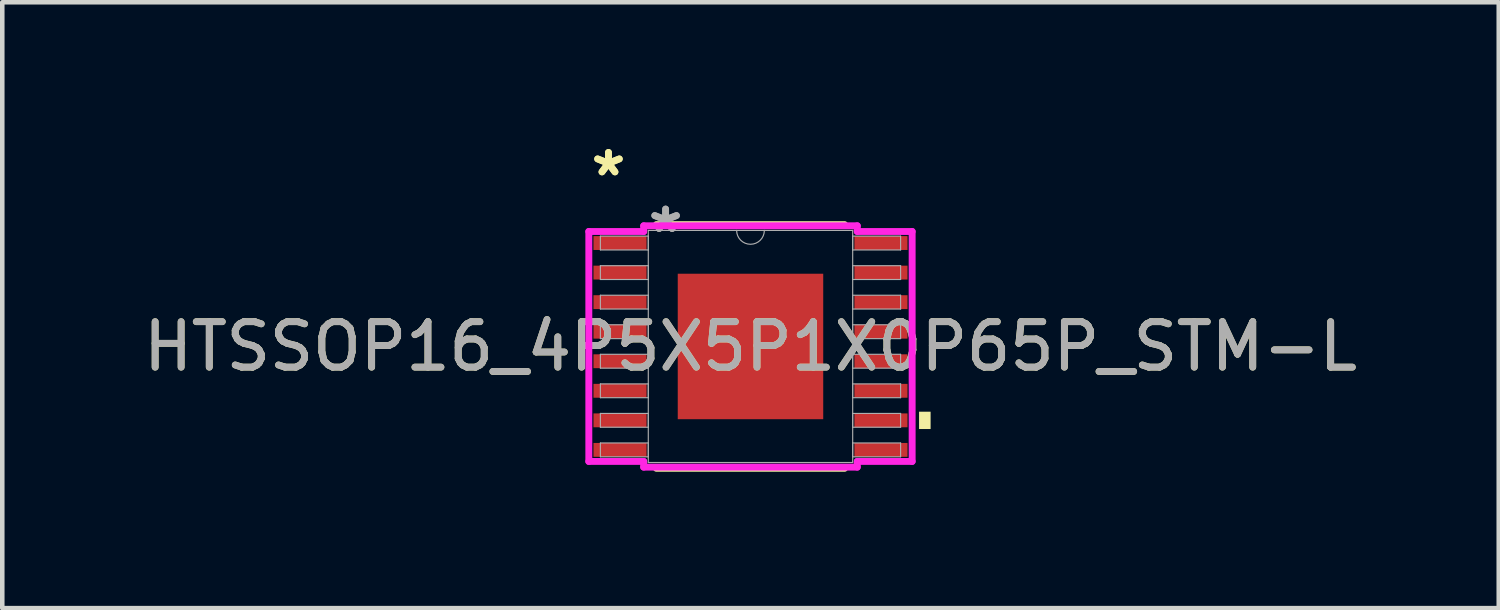
<source format=kicad_pcb>
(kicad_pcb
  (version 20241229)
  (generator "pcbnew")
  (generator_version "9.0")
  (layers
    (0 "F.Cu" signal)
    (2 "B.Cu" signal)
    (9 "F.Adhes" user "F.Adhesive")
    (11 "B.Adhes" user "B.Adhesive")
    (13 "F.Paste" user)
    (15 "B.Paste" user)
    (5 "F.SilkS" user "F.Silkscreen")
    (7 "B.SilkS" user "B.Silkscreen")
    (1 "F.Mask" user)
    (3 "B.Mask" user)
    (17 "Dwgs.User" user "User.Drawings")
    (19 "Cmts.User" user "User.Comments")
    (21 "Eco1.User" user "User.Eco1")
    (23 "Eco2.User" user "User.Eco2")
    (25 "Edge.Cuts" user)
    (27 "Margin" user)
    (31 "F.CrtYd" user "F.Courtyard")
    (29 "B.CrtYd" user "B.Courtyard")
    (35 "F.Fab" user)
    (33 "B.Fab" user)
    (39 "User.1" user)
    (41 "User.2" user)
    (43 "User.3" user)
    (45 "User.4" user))
  (footprint "HTSSOP16_4P5X5P1X0P65P_STM-L"
    (layer "F.Cu")
    (at 13.458 4.571)
    (property "Reference" "HTSSOP16_4P5X5P1X0P65P_STM-L" (at 0 0 0) (unlocked yes) (layer "F.SilkS") (effects (font (size 1 1) (thickness 0.15))))
    (attr smd)
    (fp_line (start -2.069 2.68) (end 2.069 2.68) (stroke (width 0.152) (type solid)) (layer "F.SilkS"))
    (fp_line (start 2.069 -2.68) (end -2.069 -2.68) (stroke (width 0.152) (type solid)) (layer "F.SilkS"))
    (fp_poly (pts (xy 3.962 1.435) (xy 3.962 1.816) (xy 3.708 1.816) (xy 3.708 1.435)) (stroke (width 0) (type solid)) (fill yes) (layer "F.SilkS"))
    (fp_poly (pts (xy -1.5 -1.5) (xy -1.5 -0.1) (xy -0.1 -0.1) (xy -0.1 -1.5)) (stroke (width 0) (type solid)) (fill yes) (layer "F.Paste"))
    (fp_poly (pts (xy -1.5 0.1) (xy -1.5 1.5) (xy -0.1 1.5) (xy -0.1 0.1)) (stroke (width 0) (type solid)) (fill yes) (layer "F.Paste"))
    (fp_poly (pts (xy 0.1 -1.5) (xy 0.1 -0.1) (xy 1.5 -0.1) (xy 1.5 -1.5)) (stroke (width 0) (type solid)) (fill yes) (layer "F.Paste"))
    (fp_poly (pts (xy 0.1 0.1) (xy 0.1 1.5) (xy 1.5 1.5) (xy 1.5 0.1)) (stroke (width 0) (type solid)) (fill yes) (layer "F.Paste"))
    (fp_line (start -3.556 -2.529) (end -2.349 -2.529) (stroke (width 0.152) (type solid)) (layer "F.CrtYd"))
    (fp_line (start -3.556 2.529) (end -3.556 -2.529) (stroke (width 0.152) (type solid)) (layer "F.CrtYd"))
    (fp_line (start -3.556 2.529) (end -2.349 2.529) (stroke (width 0.152) (type solid)) (layer "F.CrtYd"))
    (fp_line (start -2.349 -2.654) (end 2.349 -2.654) (stroke (width 0.152) (type solid)) (layer "F.CrtYd"))
    (fp_line (start -2.349 -2.529) (end -2.349 -2.654) (stroke (width 0.152) (type solid)) (layer "F.CrtYd"))
    (fp_line (start -2.349 2.654) (end -2.349 2.529) (stroke (width 0.152) (type solid)) (layer "F.CrtYd"))
    (fp_line (start 2.349 -2.654) (end 2.349 -2.529) (stroke (width 0.152) (type solid)) (layer "F.CrtYd"))
    (fp_line (start 2.349 2.529) (end 2.349 2.654) (stroke (width 0.152) (type solid)) (layer "F.CrtYd"))
    (fp_line (start 2.349 2.654) (end -2.349 2.654) (stroke (width 0.152) (type solid)) (layer "F.CrtYd"))
    (fp_line (start 3.556 -2.529) (end 2.349 -2.529) (stroke (width 0.152) (type solid)) (layer "F.CrtYd"))
    (fp_line (start 3.556 -2.529) (end 3.556 2.529) (stroke (width 0.152) (type solid)) (layer "F.CrtYd"))
    (fp_line (start 3.556 2.529) (end 2.349 2.529) (stroke (width 0.152) (type solid)) (layer "F.CrtYd"))
    (fp_line (start -3.302 -2.427) (end -3.302 -2.123) (stroke (width 0.025) (type solid)) (layer "F.Fab"))
    (fp_line (start -3.302 -2.123) (end -2.248 -2.123) (stroke (width 0.025) (type solid)) (layer "F.Fab"))
    (fp_line (start -3.302 -1.777) (end -3.302 -1.473) (stroke (width 0.025) (type solid)) (layer "F.Fab"))
    (fp_line (start -3.302 -1.473) (end -2.248 -1.473) (stroke (width 0.025) (type solid)) (layer "F.Fab"))
    (fp_line (start -3.302 -1.127) (end -3.302 -0.823) (stroke (width 0.025) (type solid)) (layer "F.Fab"))
    (fp_line (start -3.302 -0.823) (end -2.248 -0.823) (stroke (width 0.025) (type solid)) (layer "F.Fab"))
    (fp_line (start -3.302 -0.477) (end -3.302 -0.173) (stroke (width 0.025) (type solid)) (layer "F.Fab"))
    (fp_line (start -3.302 -0.173) (end -2.248 -0.173) (stroke (width 0.025) (type solid)) (layer "F.Fab"))
    (fp_line (start -3.302 0.173) (end -3.302 0.477) (stroke (width 0.025) (type solid)) (layer "F.Fab"))
    (fp_line (start -3.302 0.477) (end -2.248 0.477) (stroke (width 0.025) (type solid)) (layer "F.Fab"))
    (fp_line (start -3.302 0.823) (end -3.302 1.127) (stroke (width 0.025) (type solid)) (layer "F.Fab"))
    (fp_line (start -3.302 1.127) (end -2.248 1.127) (stroke (width 0.025) (type solid)) (layer "F.Fab"))
    (fp_line (start -3.302 1.473) (end -3.302 1.777) (stroke (width 0.025) (type solid)) (layer "F.Fab"))
    (fp_line (start -3.302 1.777) (end -2.248 1.777) (stroke (width 0.025) (type solid)) (layer "F.Fab"))
    (fp_line (start -3.302 2.123) (end -3.302 2.427) (stroke (width 0.025) (type solid)) (layer "F.Fab"))
    (fp_line (start -3.302 2.427) (end -2.248 2.427) (stroke (width 0.025) (type solid)) (layer "F.Fab"))
    (fp_line (start -2.248 -2.553) (end -2.248 2.553) (stroke (width 0.025) (type solid)) (layer "F.Fab"))
    (fp_line (start -2.248 -2.427) (end -3.302 -2.427) (stroke (width 0.025) (type solid)) (layer "F.Fab"))
    (fp_line (start -2.248 -2.123) (end -2.248 -2.427) (stroke (width 0.025) (type solid)) (layer "F.Fab"))
    (fp_line (start -2.248 -1.777) (end -3.302 -1.777) (stroke (width 0.025) (type solid)) (layer "F.Fab"))
    (fp_line (start -2.248 -1.473) (end -2.248 -1.777) (stroke (width 0.025) (type solid)) (layer "F.Fab"))
    (fp_line (start -2.248 -1.127) (end -3.302 -1.127) (stroke (width 0.025) (type solid)) (layer "F.Fab"))
    (fp_line (start -2.248 -0.823) (end -2.248 -1.127) (stroke (width 0.025) (type solid)) (layer "F.Fab"))
    (fp_line (start -2.248 -0.477) (end -3.302 -0.477) (stroke (width 0.025) (type solid)) (layer "F.Fab"))
    (fp_line (start -2.248 -0.173) (end -2.248 -0.477) (stroke (width 0.025) (type solid)) (layer "F.Fab"))
    (fp_line (start -2.248 0.173) (end -3.302 0.173) (stroke (width 0.025) (type solid)) (layer "F.Fab"))
    (fp_line (start -2.248 0.477) (end -2.248 0.173) (stroke (width 0.025) (type solid)) (layer "F.Fab"))
    (fp_line (start -2.248 0.823) (end -3.302 0.823) (stroke (width 0.025) (type solid)) (layer "F.Fab"))
    (fp_line (start -2.248 1.127) (end -2.248 0.823) (stroke (width 0.025) (type solid)) (layer "F.Fab"))
    (fp_line (start -2.248 1.473) (end -3.302 1.473) (stroke (width 0.025) (type solid)) (layer "F.Fab"))
    (fp_line (start -2.248 1.777) (end -2.248 1.473) (stroke (width 0.025) (type solid)) (layer "F.Fab"))
    (fp_line (start -2.248 2.123) (end -3.302 2.123) (stroke (width 0.025) (type solid)) (layer "F.Fab"))
    (fp_line (start -2.248 2.427) (end -2.248 2.123) (stroke (width 0.025) (type solid)) (layer "F.Fab"))
    (fp_line (start -2.248 2.553) (end 2.248 2.553) (stroke (width 0.025) (type solid)) (layer "F.Fab"))
    (fp_line (start 2.248 -2.553) (end -2.248 -2.553) (stroke (width 0.025) (type solid)) (layer "F.Fab"))
    (fp_line (start 2.248 -2.427) (end 2.248 -2.123) (stroke (width 0.025) (type solid)) (layer "F.Fab"))
    (fp_line (start 2.248 -2.123) (end 3.302 -2.123) (stroke (width 0.025) (type solid)) (layer "F.Fab"))
    (fp_line (start 2.248 -1.777) (end 2.248 -1.473) (stroke (width 0.025) (type solid)) (layer "F.Fab"))
    (fp_line (start 2.248 -1.473) (end 3.302 -1.473) (stroke (width 0.025) (type solid)) (layer "F.Fab"))
    (fp_line (start 2.248 -1.127) (end 2.248 -0.823) (stroke (width 0.025) (type solid)) (layer "F.Fab"))
    (fp_line (start 2.248 -0.823) (end 3.302 -0.823) (stroke (width 0.025) (type solid)) (layer "F.Fab"))
    (fp_line (start 2.248 -0.477) (end 2.248 -0.173) (stroke (width 0.025) (type solid)) (layer "F.Fab"))
    (fp_line (start 2.248 -0.173) (end 3.302 -0.173) (stroke (width 0.025) (type solid)) (layer "F.Fab"))
    (fp_line (start 2.248 0.173) (end 2.248 0.477) (stroke (width 0.025) (type solid)) (layer "F.Fab"))
    (fp_line (start 2.248 0.477) (end 3.302 0.477) (stroke (width 0.025) (type solid)) (layer "F.Fab"))
    (fp_line (start 2.248 0.823) (end 2.248 1.127) (stroke (width 0.025) (type solid)) (layer "F.Fab"))
    (fp_line (start 2.248 1.127) (end 3.302 1.127) (stroke (width 0.025) (type solid)) (layer "F.Fab"))
    (fp_line (start 2.248 1.473) (end 2.248 1.777) (stroke (width 0.025) (type solid)) (layer "F.Fab"))
    (fp_line (start 2.248 1.777) (end 3.302 1.777) (stroke (width 0.025) (type solid)) (layer "F.Fab"))
    (fp_line (start 2.248 2.123) (end 2.248 2.427) (stroke (width 0.025) (type solid)) (layer "F.Fab"))
    (fp_line (start 2.248 2.427) (end 3.302 2.427) (stroke (width 0.025) (type solid)) (layer "F.Fab"))
    (fp_line (start 2.248 2.553) (end 2.248 -2.553) (stroke (width 0.025) (type solid)) (layer "F.Fab"))
    (fp_line (start 3.302 -2.427) (end 2.248 -2.427) (stroke (width 0.025) (type solid)) (layer "F.Fab"))
    (fp_line (start 3.302 -2.123) (end 3.302 -2.427) (stroke (width 0.025) (type solid)) (layer "F.Fab"))
    (fp_line (start 3.302 -1.777) (end 2.248 -1.777) (stroke (width 0.025) (type solid)) (layer "F.Fab"))
    (fp_line (start 3.302 -1.473) (end 3.302 -1.777) (stroke (width 0.025) (type solid)) (layer "F.Fab"))
    (fp_line (start 3.302 -1.127) (end 2.248 -1.127) (stroke (width 0.025) (type solid)) (layer "F.Fab"))
    (fp_line (start 3.302 -0.823) (end 3.302 -1.127) (stroke (width 0.025) (type solid)) (layer "F.Fab"))
    (fp_line (start 3.302 -0.477) (end 2.248 -0.477) (stroke (width 0.025) (type solid)) (layer "F.Fab"))
    (fp_line (start 3.302 -0.173) (end 3.302 -0.477) (stroke (width 0.025) (type solid)) (layer "F.Fab"))
    (fp_line (start 3.302 0.173) (end 2.248 0.173) (stroke (width 0.025) (type solid)) (layer "F.Fab"))
    (fp_line (start 3.302 0.477) (end 3.302 0.173) (stroke (width 0.025) (type solid)) (layer "F.Fab"))
    (fp_line (start 3.302 0.823) (end 2.248 0.823) (stroke (width 0.025) (type solid)) (layer "F.Fab"))
    (fp_line (start 3.302 1.127) (end 3.302 0.823) (stroke (width 0.025) (type solid)) (layer "F.Fab"))
    (fp_line (start 3.302 1.473) (end 2.248 1.473) (stroke (width 0.025) (type solid)) (layer "F.Fab"))
    (fp_line (start 3.302 1.777) (end 3.302 1.473) (stroke (width 0.025) (type solid)) (layer "F.Fab"))
    (fp_line (start 3.302 2.123) (end 2.248 2.123) (stroke (width 0.025) (type solid)) (layer "F.Fab"))
    (fp_line (start 3.302 2.427) (end 3.302 2.123) (stroke (width 0.025) (type solid)) (layer "F.Fab"))
    (fp_arc (start 0.3048 -2.5527) (mid 0 -2.2479) (end -0.3048 -2.5527) (stroke (width 0.0254) (type solid)) (layer "F.Fab"))
    (fp_text user "*" (at -3.124 -3.723 0) (layer "F.SilkS") (effects (font (size 1 1) (thickness 0.15))))
    (fp_text user "*" (at -3.124 -3.723 0) (unlocked yes) (layer "F.SilkS") (effects (font (size 1 1) (thickness 0.15))))
    (fp_text user "*" (at -1.867 -2.477 0) (unlocked yes) (layer "F.Fab") (effects (font (size 1 1) (thickness 0.15))))
    (fp_text user "${REFERENCE}" (at 0 0 0) (unlocked yes) (layer "F.Fab") (effects (font (size 1 1) (thickness 0.15))))
    (fp_text user "*" (at -1.867 -2.477 0) (layer "F.Fab") (effects (font (size 1 1) (thickness 0.15))))
    (pad "1" smd rect (at -2.87 -2.275) (size 1.168 0.305) (layers "F.Cu" "F.Mask" "F.Paste"))
    (pad "2" smd rect (at -2.87 -1.625) (size 1.168 0.305) (layers "F.Cu" "F.Mask" "F.Paste"))
    (pad "3" smd rect (at -2.87 -0.975) (size 1.168 0.305) (layers "F.Cu" "F.Mask" "F.Paste"))
    (pad "4" smd rect (at -2.87 -0.325) (size 1.168 0.305) (layers "F.Cu" "F.Mask" "F.Paste"))
    (pad "5" smd rect (at -2.87 0.325) (size 1.168 0.305) (layers "F.Cu" "F.Mask" "F.Paste"))
    (pad "6" smd rect (at -2.87 0.975) (size 1.168 0.305) (layers "F.Cu" "F.Mask" "F.Paste"))
    (pad "7" smd rect (at -2.87 1.625) (size 1.168 0.305) (layers "F.Cu" "F.Mask" "F.Paste"))
    (pad "8" smd rect (at -2.87 2.275) (size 1.168 0.305) (layers "F.Cu" "F.Mask" "F.Paste"))
    (pad "9" smd rect (at 2.87 2.275) (size 1.168 0.305) (layers "F.Cu" "F.Mask" "F.Paste"))
    (pad "10" smd rect (at 2.87 1.625) (size 1.168 0.305) (layers "F.Cu" "F.Mask" "F.Paste"))
    (pad "11" smd rect (at 2.87 0.975) (size 1.168 0.305) (layers "F.Cu" "F.Mask" "F.Paste"))
    (pad "12" smd rect (at 2.87 0.325) (size 1.168 0.305) (layers "F.Cu" "F.Mask" "F.Paste"))
    (pad "13" smd rect (at 2.87 -0.325) (size 1.168 0.305) (layers "F.Cu" "F.Mask" "F.Paste"))
    (pad "14" smd rect (at 2.87 -0.975) (size 1.168 0.305) (layers "F.Cu" "F.Mask" "F.Paste"))
    (pad "15" smd rect (at 2.87 -1.625) (size 1.168 0.305) (layers "F.Cu" "F.Mask" "F.Paste"))
    (pad "16" smd rect (at 2.87 -2.275) (size 1.168 0.305) (layers "F.Cu" "F.Mask" "F.Paste"))
    (pad "EPAD" smd rect (at 0 0) (size 3.2 3.2) (layers "F.Cu" "F.Mask")))
  (gr_rect
    (start -3 -3)
    (end 29.917 10.327)
    (stroke (width 0.1) (type default))
    (fill no)
    (layer "Edge.Cuts")))
</source>
